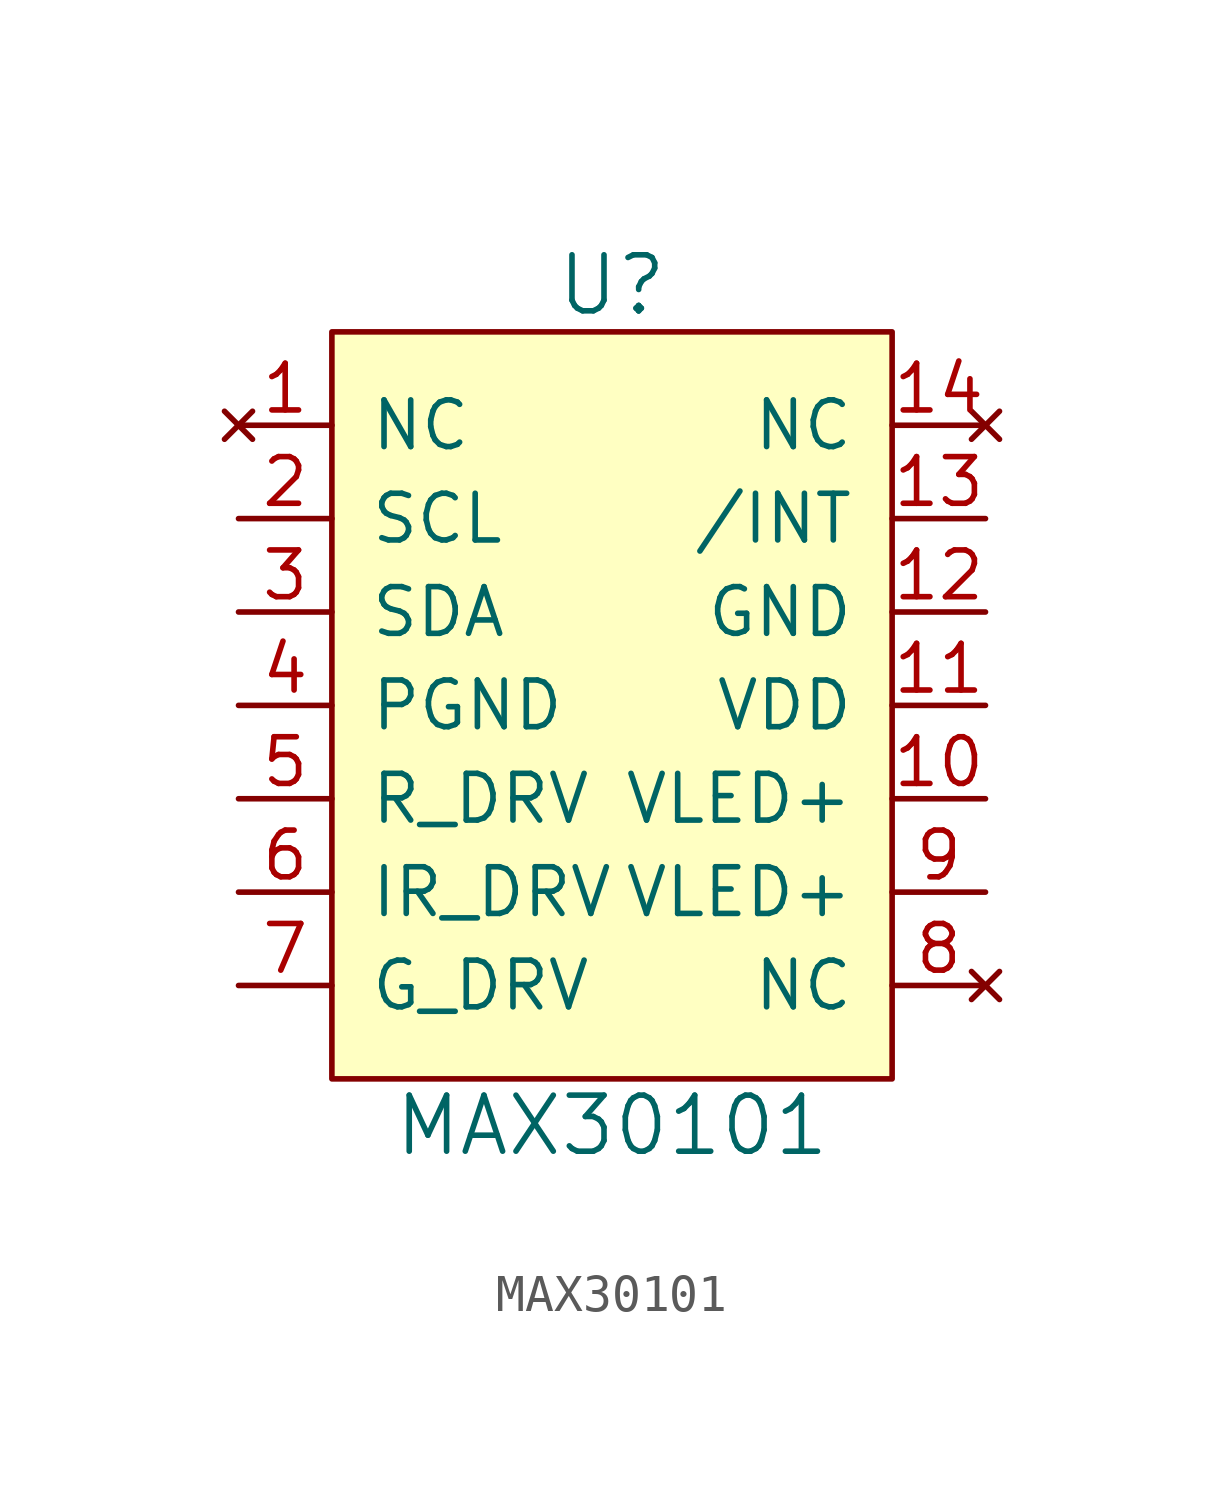
<source format=kicad_sym>
(kicad_symbol_lib
  (version 20211014)
  (generator kicad_symbol_editor)
  (symbol "MAX30101"
    (pin_names
      (offset 1.016))
    (property "Reference" "U"
      (at 0 15.24 0)
      (effects (font (size 1.524 1.524))))
    (property "Value" "MAX30101"
      (at 0 -7.62 0)
      (effects (font (size 1.524 1.524))))
    (symbol "MAX30101_0_1"
      (rectangle (start -7.62 13.97) (end 7.62 -6.35) (stroke (width 0) (type default) (color 0 0 0 0)) (fill (type background))))
    (symbol "MAX30101_1_1"
      (pin no_connect line (at -10.16 11.43 0) (length 2.54) (name "NC" (effects (font (size 1.27 1.27)))) (number "1" (effects (font (size 1.27 1.27)))))
      (pin power_in line (at 10.16 1.27 180) (length 2.54) (name "VLED+" (effects (font (size 1.27 1.27)))) (number "10" (effects (font (size 1.27 1.27)))))
      (pin power_in line (at 10.16 3.81 180) (length 2.54) (name "VDD" (effects (font (size 1.27 1.27)))) (number "11" (effects (font (size 1.27 1.27)))))
      (pin power_in line (at 10.16 6.35 180) (length 2.54) (name "GND" (effects (font (size 1.27 1.27)))) (number "12" (effects (font (size 1.27 1.27)))))
      (pin output line (at 10.16 8.89 180) (length 2.54) (name "/INT" (effects (font (size 1.27 1.27)))) (number "13" (effects (font (size 1.27 1.27)))))
      (pin no_connect line (at 10.16 11.43 180) (length 2.54) (name "NC" (effects (font (size 1.27 1.27)))) (number "14" (effects (font (size 1.27 1.27)))))
      (pin input line (at -10.16 8.89 0) (length 2.54) (name "SCL" (effects (font (size 1.27 1.27)))) (number "2" (effects (font (size 1.27 1.27)))))
      (pin bidirectional line (at -10.16 6.35 0) (length 2.54) (name "SDA" (effects (font (size 1.27 1.27)))) (number "3" (effects (font (size 1.27 1.27)))))
      (pin power_in line (at -10.16 3.81 0) (length 2.54) (name "PGND" (effects (font (size 1.27 1.27)))) (number "4" (effects (font (size 1.27 1.27)))))
      (pin power_in line (at -10.16 1.27 0) (length 2.54) (name "R_DRV" (effects (font (size 1.27 1.27)))) (number "5" (effects (font (size 1.27 1.27)))))
      (pin power_in line (at -10.16 -1.27 0) (length 2.54) (name "IR_DRV" (effects (font (size 1.27 1.27)))) (number "6" (effects (font (size 1.27 1.27)))))
      (pin power_in line (at -10.16 -3.81 0) (length 2.54) (name "G_DRV" (effects (font (size 1.27 1.27)))) (number "7" (effects (font (size 1.27 1.27)))))
      (pin no_connect line (at 10.16 -3.81 180) (length 2.54) (name "NC" (effects (font (size 1.27 1.27)))) (number "8" (effects (font (size 1.27 1.27)))))
      (pin power_in line (at 10.16 -1.27 180) (length 2.54) (name "VLED+" (effects (font (size 1.27 1.27)))) (number "9" (effects (font (size 1.27 1.27))))))))
</source>
